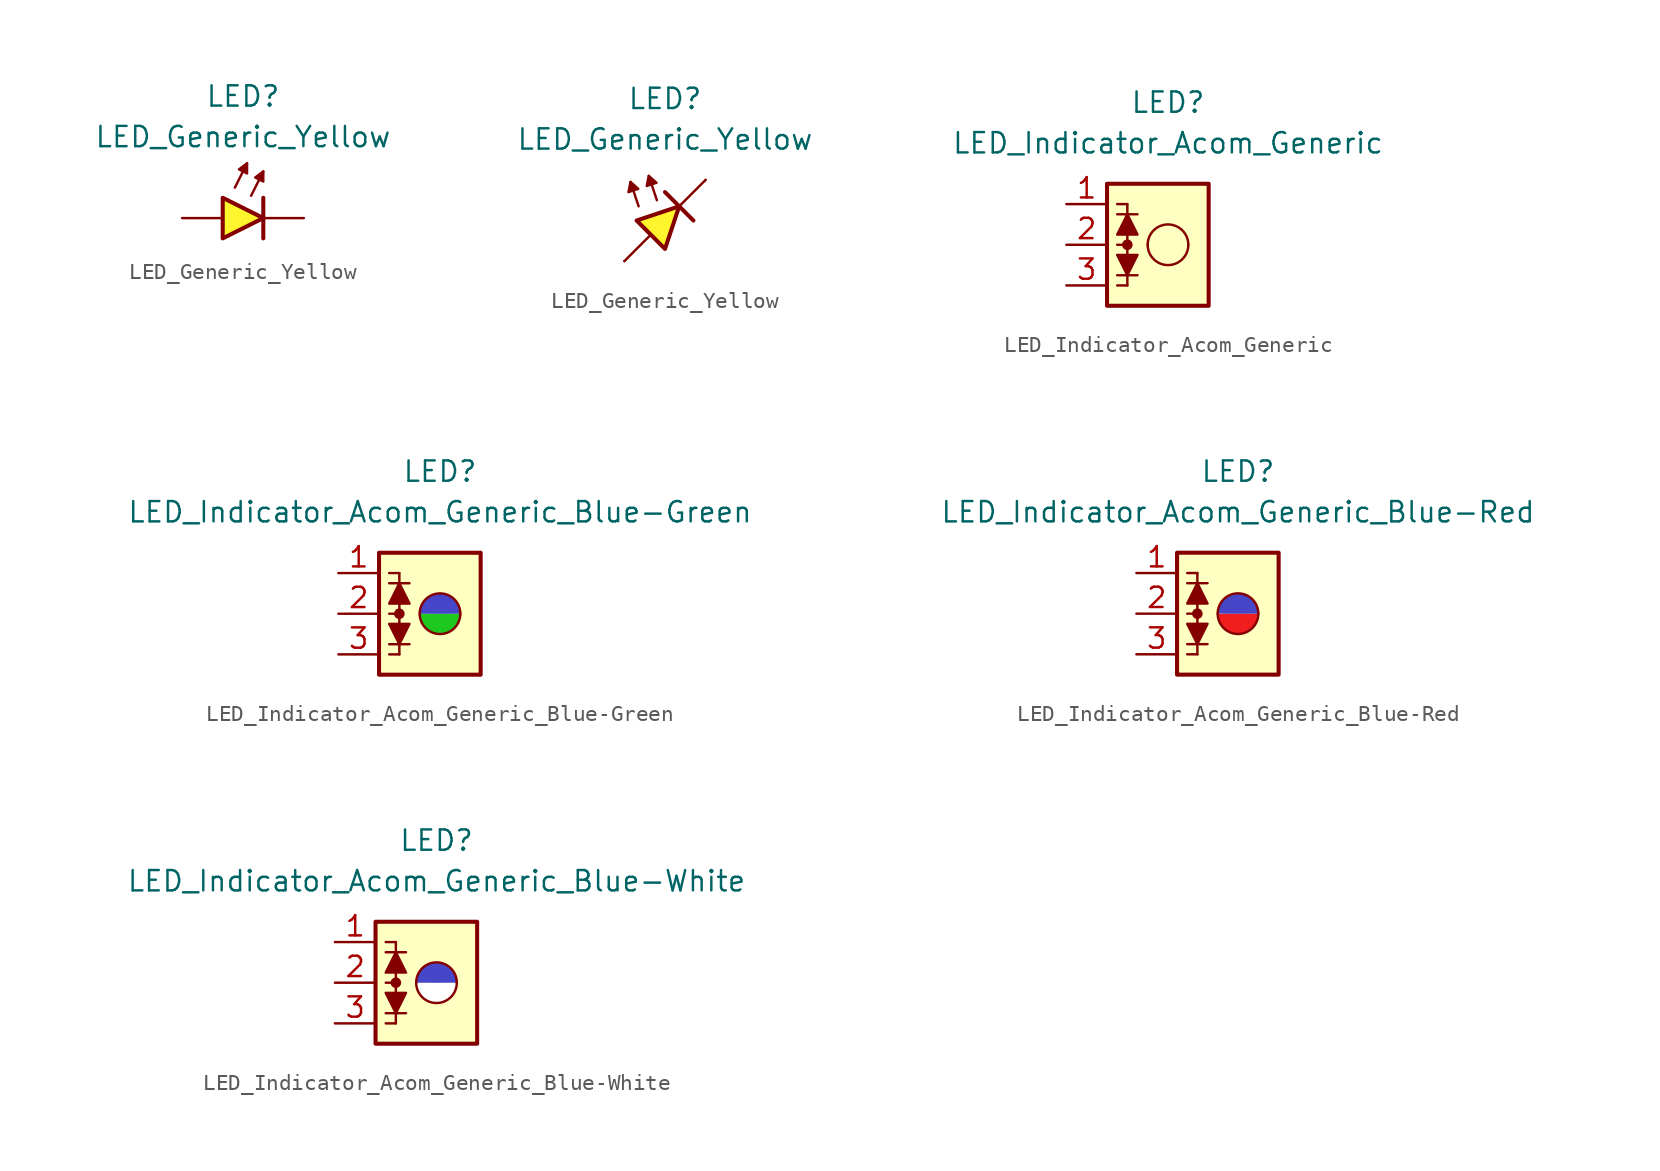
<source format=kicad_sym>
(kicad_symbol_lib
  (version 20231120)
  (generator "kicad_symbol_editor")
  (generator_version "8.0")
  (symbol "LED_Generic_Yellow"
    (pin_numbers hide)
    (pin_names
      (offset 1.016) hide)
    (property "Reference" "LED"
      (at 0 7.62 0)
      (effects (font (size 1.27 1.27))))
    (property "Value" "LED_Generic_Yellow"
      (at 0 5.08 0)
      (effects (font (size 1.27 1.27))))
    (symbol "LED_Generic_Yellow_0_1"
      (polyline (pts (xy -0.508 1.905) (xy 0.254 3.429)) (stroke (width 0.152) (type default)) (fill (type color) (color 0 0 0 0)))
      (polyline (pts (xy 0.508 1.397) (xy 1.27 2.921)) (stroke (width 0.152) (type default)) (fill (type outline)))
      (polyline (pts (xy 1.27 1.27) (xy 1.27 -1.27)) (stroke (width 0.254) (type default)) (fill (type none)))
      (polyline (pts (xy -1.27 1.27) (xy -1.27 -1.27) (xy 1.27 0) (xy -1.27 1.27)) (stroke (width 0.254) (type default)) (fill (type color) (color 255 245 45 1)))
      (polyline (pts (xy 0.254 2.794) (xy -0.254 3.048) (xy 0.254 3.429) (xy 0.254 2.794)) (stroke (width 0) (type solid)) (fill (type outline)))
      (polyline (pts (xy 1.27 2.286) (xy 0.762 2.54) (xy 1.27 2.921) (xy 1.27 2.286)) (stroke (width 0.152) (type default)) (fill (type outline))))
    (symbol "LED_Generic_Yellow_0_2"
      (polyline (pts (xy -2.54 -2.54) (xy -0.889 -0.889)) (stroke (width 0) (type default)) (fill (type none)))
      (polyline (pts (xy -1.651 0.889) (xy -2.159 2.413)) (stroke (width 0) (type default)) (fill (type none)))
      (polyline (pts (xy -0.508 1.27) (xy -1.016 2.794)) (stroke (width 0) (type default)) (fill (type none)))
      (polyline (pts (xy 0 1.778) (xy 1.778 0)) (stroke (width 0.254) (type default)) (fill (type none)))
      (polyline (pts (xy 0.889 0.889) (xy 2.54 2.54)) (stroke (width 0) (type default)) (fill (type none)))
      (polyline (pts (xy -2.159 2.413) (xy -2.286 1.778) (xy -1.676 1.981) (xy -2.159 2.413)) (stroke (width 0) (type default)) (fill (type outline)))
      (polyline (pts (xy -1.016 2.794) (xy -1.143 2.159) (xy -0.533 2.362) (xy -1.016 2.794)) (stroke (width 0) (type default)) (fill (type outline)))
      (polyline (pts (xy -0.889 -0.889) (xy -1.778 0) (xy 0.889 0.889) (xy 0 -1.778) (xy -0.889 -0.889)) (stroke (width 0.254) (type default)) (fill (type color) (color 255 245 45 1))))
    (symbol "LED_Generic_Yellow_1_1"
      (pin passive line (at 3.81 0 180) (length 2.54) (name "K" (effects (font (size 1.27 1.27)))) (number "1" (effects (font (size 1.27 1.27)))))
      (pin passive line (at -3.81 0 0) (length 2.54) (name "A" (effects (font (size 1.27 1.27)))) (number "2" (effects (font (size 1.27 1.27))))))
    (symbol "LED_Generic_Yellow_1_2"
      (pin passive line (at 2.54 2.54 180) (length 0) (name "K" (effects (font (size 1.27 1.27)))) (number "1" (effects (font (size 1.27 1.27)))))
      (pin passive line (at -2.54 -2.54 0) (length 0) (name "A" (effects (font (size 1.27 1.27)))) (number "2" (effects (font (size 1.27 1.27)))))))
  (symbol "LED_Indicator_Acom_Generic"
    (pin_names
      (offset 1.016) hide)
    (property "Reference" "LED"
      (at 0 8.89 0)
      (effects (font (size 1.27 1.27))))
    (property "Value" "LED_Indicator_Acom_Generic"
      (at 0 6.35 0)
      (effects (font (size 1.27 1.27))))
    (symbol "LED_Indicator_Acom_Generic_0_1"
      (rectangle (start -3.81 3.81) (end 2.54 -3.81) (stroke (width 0.254) (type default)) (fill (type background)))
      (circle (center -2.54 0) (radius 0.254) (stroke (width 0) (type default)) (fill (type outline)))
      (arc (start -1.27 0) (mid 0 -1.2645) (end 1.27 0) (stroke (width 0) (type default)) (fill (type none)))
      (polyline (pts (xy -3.175 -1.905) (xy -1.905 -1.905)) (stroke (width 0) (type default)) (fill (type none)))
      (polyline (pts (xy -2.54 -2.54) (xy -3.175 -2.54)) (stroke (width 0) (type default)) (fill (type none)))
      (polyline (pts (xy -2.54 -2.54) (xy -2.54 0)) (stroke (width 0) (type default)) (fill (type none)))
      (polyline (pts (xy -2.54 0) (xy -3.175 0)) (stroke (width 0) (type default)) (fill (type none)))
      (polyline (pts (xy -2.54 2.54) (xy -3.175 2.54)) (stroke (width 0) (type default)) (fill (type none)))
      (polyline (pts (xy -2.54 2.54) (xy -2.54 0)) (stroke (width 0) (type default)) (fill (type none)))
      (polyline (pts (xy -1.905 1.905) (xy -3.175 1.905)) (stroke (width 0) (type default)) (fill (type none)))
      (polyline (pts (xy -2.54 -1.905) (xy -3.175 -0.635) (xy -1.905 -0.635) (xy -2.54 -1.905)) (stroke (width 0) (type default)) (fill (type outline)))
      (polyline (pts (xy -2.54 1.905) (xy -1.905 0.635) (xy -3.175 0.635) (xy -2.54 1.905)) (stroke (width 0) (type default)) (fill (type outline)))
      (arc (start 1.27 0) (mid 0 1.2645) (end -1.27 0) (stroke (width 0) (type default)) (fill (type none))))
    (symbol "LED_Indicator_Acom_Generic_1_1"
      (pin passive line (at -6.35 2.54 0) (length 2.54) (name "K1" (effects (font (size 1.27 1.27)))) (number "1" (effects (font (size 1.27 1.27)))))
      (pin passive line (at -6.35 0 0) (length 2.54) (name "A12" (effects (font (size 1.27 1.27)))) (number "2" (effects (font (size 1.27 1.27)))))
      (pin passive line (at -6.35 -2.54 0) (length 2.54) (name "K2" (effects (font (size 1.27 1.27)))) (number "3" (effects (font (size 1.27 1.27)))))))
  (symbol "LED_Indicator_Acom_Generic_Blue-Green"
    (pin_names
      (offset 1.016) hide)
    (property "Reference" "LED"
      (at 0 8.89 0)
      (effects (font (size 1.27 1.27))))
    (property "Value" "LED_Indicator_Acom_Generic_Blue-Green"
      (at 0 6.35 0)
      (effects (font (size 1.27 1.27))))
    (symbol "LED_Indicator_Acom_Generic_Blue-Green_0_1"
      (rectangle (start -3.81 3.81) (end 2.54 -3.81) (stroke (width 0.254) (type default)) (fill (type background)))
      (circle (center -2.54 0) (radius 0.254) (stroke (width 0) (type default)) (fill (type outline)))
      (arc (start -1.27 0) (mid 0 -1.2645) (end 1.27 0) (stroke (width 0) (type default)) (fill (type color) (color 30 200 30 1)))
      (polyline (pts (xy -3.175 -1.905) (xy -1.905 -1.905)) (stroke (width 0) (type default)) (fill (type none)))
      (polyline (pts (xy -2.54 -2.54) (xy -3.175 -2.54)) (stroke (width 0) (type default)) (fill (type none)))
      (polyline (pts (xy -2.54 -2.54) (xy -2.54 0)) (stroke (width 0) (type default)) (fill (type none)))
      (polyline (pts (xy -2.54 0) (xy -3.175 0)) (stroke (width 0) (type default)) (fill (type none)))
      (polyline (pts (xy -2.54 2.54) (xy -3.175 2.54)) (stroke (width 0) (type default)) (fill (type none)))
      (polyline (pts (xy -2.54 2.54) (xy -2.54 0)) (stroke (width 0) (type default)) (fill (type none)))
      (polyline (pts (xy -1.905 1.905) (xy -3.175 1.905)) (stroke (width 0) (type default)) (fill (type none)))
      (polyline (pts (xy -2.54 -1.905) (xy -3.175 -0.635) (xy -1.905 -0.635) (xy -2.54 -1.905)) (stroke (width 0) (type default)) (fill (type outline)))
      (polyline (pts (xy -2.54 1.905) (xy -1.905 0.635) (xy -3.175 0.635) (xy -2.54 1.905)) (stroke (width 0) (type default)) (fill (type outline)))
      (arc (start 1.27 0) (mid 0 1.2645) (end -1.27 0) (stroke (width 0) (type default)) (fill (type color) (color 70 70 200 1))))
    (symbol "LED_Indicator_Acom_Generic_Blue-Green_1_1"
      (pin passive line (at -6.35 2.54 0) (length 2.54) (name "K1" (effects (font (size 1.27 1.27)))) (number "1" (effects (font (size 1.27 1.27)))))
      (pin passive line (at -6.35 0 0) (length 2.54) (name "A12" (effects (font (size 1.27 1.27)))) (number "2" (effects (font (size 1.27 1.27)))))
      (pin passive line (at -6.35 -2.54 0) (length 2.54) (name "K2" (effects (font (size 1.27 1.27)))) (number "3" (effects (font (size 1.27 1.27)))))))
  (symbol "LED_Indicator_Acom_Generic_Blue-Red"
    (pin_names
      (offset 1.016) hide)
    (property "Reference" "LED"
      (at 0 8.89 0)
      (effects (font (size 1.27 1.27))))
    (property "Value" "LED_Indicator_Acom_Generic_Blue-Red"
      (at 0 6.35 0)
      (effects (font (size 1.27 1.27))))
    (symbol "LED_Indicator_Acom_Generic_Blue-Red_0_1"
      (rectangle (start -3.81 3.81) (end 2.54 -3.81) (stroke (width 0.254) (type default)) (fill (type background)))
      (circle (center -2.54 0) (radius 0.254) (stroke (width 0) (type default)) (fill (type outline)))
      (arc (start -1.27 0) (mid 0 -1.2645) (end 1.27 0) (stroke (width 0) (type default)) (fill (type color) (color 240 30 30 1)))
      (polyline (pts (xy -3.175 -1.905) (xy -1.905 -1.905)) (stroke (width 0) (type default)) (fill (type none)))
      (polyline (pts (xy -2.54 -2.54) (xy -3.175 -2.54)) (stroke (width 0) (type default)) (fill (type none)))
      (polyline (pts (xy -2.54 -2.54) (xy -2.54 0)) (stroke (width 0) (type default)) (fill (type none)))
      (polyline (pts (xy -2.54 0) (xy -3.175 0)) (stroke (width 0) (type default)) (fill (type none)))
      (polyline (pts (xy -2.54 2.54) (xy -3.175 2.54)) (stroke (width 0) (type default)) (fill (type none)))
      (polyline (pts (xy -2.54 2.54) (xy -2.54 0)) (stroke (width 0) (type default)) (fill (type none)))
      (polyline (pts (xy -1.905 1.905) (xy -3.175 1.905)) (stroke (width 0) (type default)) (fill (type none)))
      (polyline (pts (xy -2.54 -1.905) (xy -3.175 -0.635) (xy -1.905 -0.635) (xy -2.54 -1.905)) (stroke (width 0) (type default)) (fill (type outline)))
      (polyline (pts (xy -2.54 1.905) (xy -1.905 0.635) (xy -3.175 0.635) (xy -2.54 1.905)) (stroke (width 0) (type default)) (fill (type outline)))
      (arc (start 1.27 0) (mid 0 1.2645) (end -1.27 0) (stroke (width 0) (type default)) (fill (type color) (color 70 70 200 1))))
    (symbol "LED_Indicator_Acom_Generic_Blue-Red_1_1"
      (pin passive line (at -6.35 2.54 0) (length 2.54) (name "K1" (effects (font (size 1.27 1.27)))) (number "1" (effects (font (size 1.27 1.27)))))
      (pin passive line (at -6.35 0 0) (length 2.54) (name "A12" (effects (font (size 1.27 1.27)))) (number "2" (effects (font (size 1.27 1.27)))))
      (pin passive line (at -6.35 -2.54 0) (length 2.54) (name "K2" (effects (font (size 1.27 1.27)))) (number "3" (effects (font (size 1.27 1.27)))))))
  (symbol "LED_Indicator_Acom_Generic_Blue-White"
    (pin_names
      (offset 1.016) hide)
    (property "Reference" "LED"
      (at 0 8.89 0)
      (effects (font (size 1.27 1.27))))
    (property "Value" "LED_Indicator_Acom_Generic_Blue-White"
      (at 0 6.35 0)
      (effects (font (size 1.27 1.27))))
    (symbol "LED_Indicator_Acom_Generic_Blue-White_0_1"
      (rectangle (start -3.81 3.81) (end 2.54 -3.81) (stroke (width 0.254) (type default)) (fill (type background)))
      (circle (center -2.54 0) (radius 0.254) (stroke (width 0) (type default)) (fill (type outline)))
      (arc (start -1.27 0) (mid 0 -1.2645) (end 1.27 0) (stroke (width 0) (type default)) (fill (type color) (color 255 255 255 1)))
      (polyline (pts (xy -3.175 -1.905) (xy -1.905 -1.905)) (stroke (width 0) (type default)) (fill (type none)))
      (polyline (pts (xy -2.54 -2.54) (xy -3.175 -2.54)) (stroke (width 0) (type default)) (fill (type none)))
      (polyline (pts (xy -2.54 -2.54) (xy -2.54 0)) (stroke (width 0) (type default)) (fill (type none)))
      (polyline (pts (xy -2.54 0) (xy -3.175 0)) (stroke (width 0) (type default)) (fill (type none)))
      (polyline (pts (xy -2.54 2.54) (xy -3.175 2.54)) (stroke (width 0) (type default)) (fill (type none)))
      (polyline (pts (xy -2.54 2.54) (xy -2.54 0)) (stroke (width 0) (type default)) (fill (type none)))
      (polyline (pts (xy -1.905 1.905) (xy -3.175 1.905)) (stroke (width 0) (type default)) (fill (type none)))
      (polyline (pts (xy -2.54 -1.905) (xy -3.175 -0.635) (xy -1.905 -0.635) (xy -2.54 -1.905)) (stroke (width 0) (type default)) (fill (type outline)))
      (polyline (pts (xy -2.54 1.905) (xy -1.905 0.635) (xy -3.175 0.635) (xy -2.54 1.905)) (stroke (width 0) (type default)) (fill (type outline)))
      (arc (start 1.27 0) (mid 0 1.2645) (end -1.27 0) (stroke (width 0) (type default)) (fill (type color) (color 70 70 200 1))))
    (symbol "LED_Indicator_Acom_Generic_Blue-White_1_1"
      (pin passive line (at -6.35 2.54 0) (length 2.54) (name "K1" (effects (font (size 1.27 1.27)))) (number "1" (effects (font (size 1.27 1.27)))))
      (pin passive line (at -6.35 0 0) (length 2.54) (name "A12" (effects (font (size 1.27 1.27)))) (number "2" (effects (font (size 1.27 1.27)))))
      (pin passive line (at -6.35 -2.54 0) (length 2.54) (name "K2" (effects (font (size 1.27 1.27)))) (number "3" (effects (font (size 1.27 1.27))))))))
</source>
